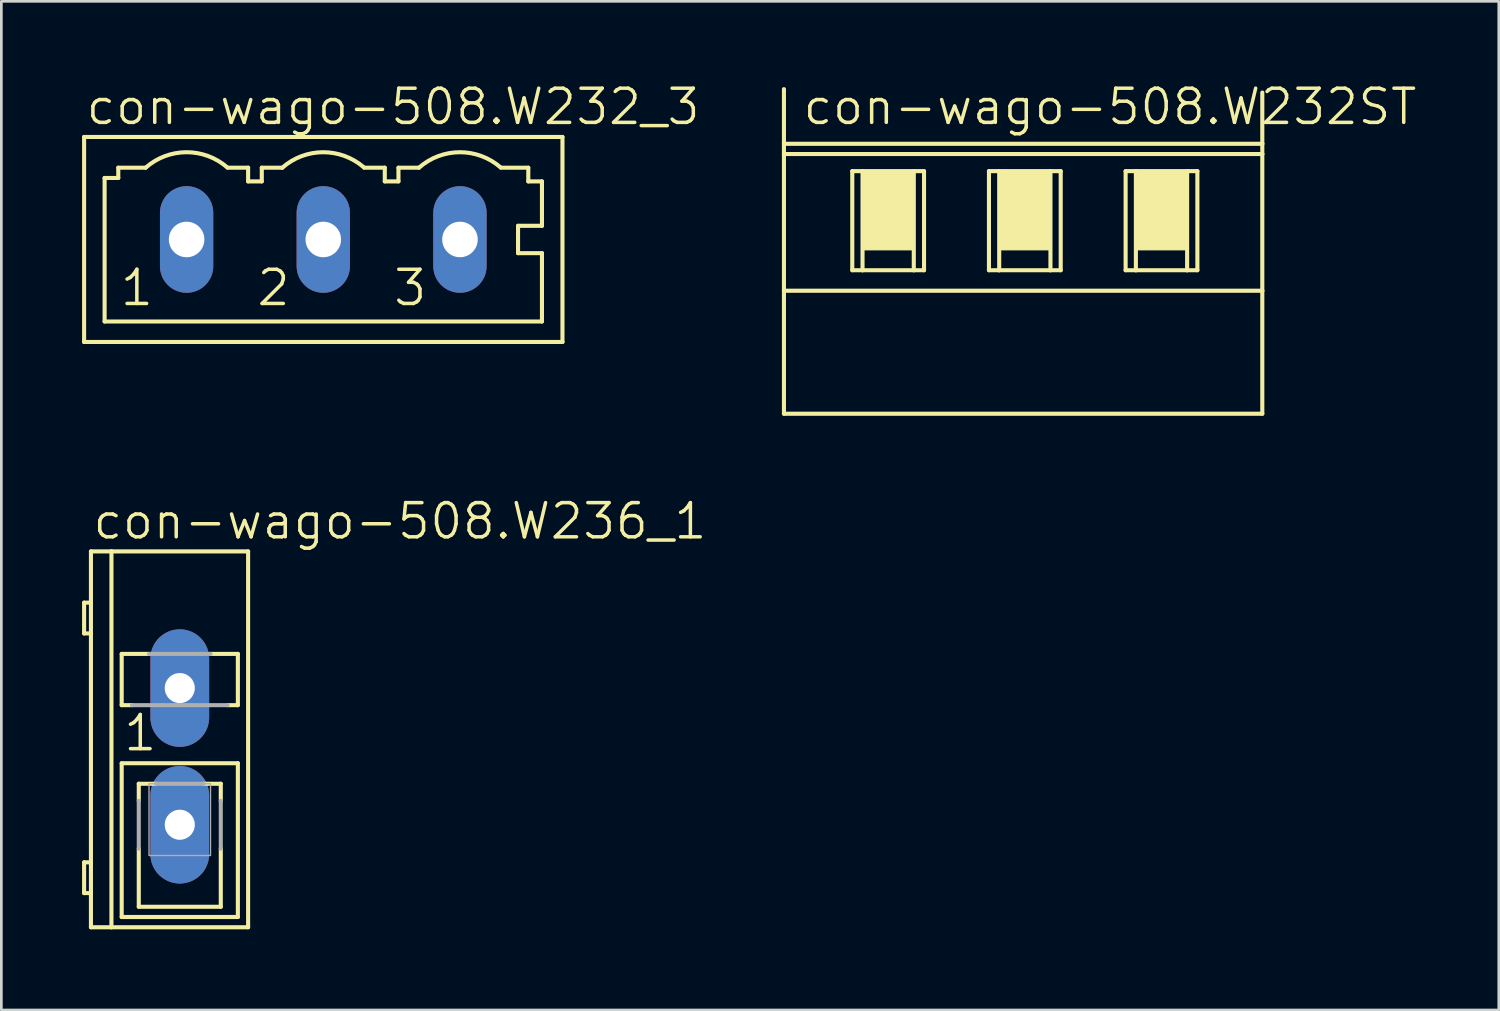
<source format=kicad_pcb>
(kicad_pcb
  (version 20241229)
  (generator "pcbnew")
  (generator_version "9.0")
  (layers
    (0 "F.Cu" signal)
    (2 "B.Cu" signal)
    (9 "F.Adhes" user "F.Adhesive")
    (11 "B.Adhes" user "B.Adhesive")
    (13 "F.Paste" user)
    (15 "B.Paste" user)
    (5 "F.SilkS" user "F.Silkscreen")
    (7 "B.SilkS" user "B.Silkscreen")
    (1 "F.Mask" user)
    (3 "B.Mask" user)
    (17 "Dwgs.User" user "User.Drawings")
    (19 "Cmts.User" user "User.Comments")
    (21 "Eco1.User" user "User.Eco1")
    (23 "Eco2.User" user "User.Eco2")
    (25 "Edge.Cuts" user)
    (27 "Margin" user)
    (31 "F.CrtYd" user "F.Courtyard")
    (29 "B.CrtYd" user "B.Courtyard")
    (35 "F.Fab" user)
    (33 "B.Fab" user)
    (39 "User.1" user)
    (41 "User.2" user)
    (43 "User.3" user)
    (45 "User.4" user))
  (footprint "con-wago-508.W232ST"
    (layer "F.Cu")
    (at 34.978 6.232)
    (property "Reference" "con-wago-508.W232ST" (at -8.255 -4.572 0) (layer "F.SilkS") (effects (font (size 1.27 1.27) (thickness 0.13)) (justify left bottom)))
    (fp_line (start -8.89 -3.937) (end -8.89 -5.969) (stroke (width 0.152) (type default)) (layer "F.SilkS"))
    (fp_line (start -8.89 -3.937) (end 8.89 -3.937) (stroke (width 0.152) (type default)) (layer "F.SilkS"))
    (fp_line (start -8.89 -3.556) (end -8.89 -3.937) (stroke (width 0.152) (type default)) (layer "F.SilkS"))
    (fp_line (start -8.89 -3.556) (end 8.89 -3.556) (stroke (width 0.152) (type default)) (layer "F.SilkS"))
    (fp_line (start -8.89 1.524) (end -8.89 -3.556) (stroke (width 0.152) (type default)) (layer "F.SilkS"))
    (fp_line (start -8.89 1.524) (end 8.89 1.524) (stroke (width 0.152) (type default)) (layer "F.SilkS"))
    (fp_line (start -8.89 6.096) (end -8.89 1.524) (stroke (width 0.152) (type default)) (layer "F.SilkS"))
    (fp_line (start -6.35 0.762) (end -6.35 -2.921) (stroke (width 0.152) (type default)) (layer "F.SilkS"))
    (fp_line (start -6.35 0.762) (end -5.969 0.762) (stroke (width 0.152) (type default)) (layer "F.SilkS"))
    (fp_line (start -5.969 -2.921) (end -6.35 -2.921) (stroke (width 0.152) (type default)) (layer "F.SilkS"))
    (fp_line (start -5.969 -2.921) (end -5.969 0.762) (stroke (width 0.152) (type default)) (layer "F.SilkS"))
    (fp_line (start -5.969 0.762) (end -4.064 0.762) (stroke (width 0.152) (type default)) (layer "F.SilkS"))
    (fp_line (start -4.064 -2.921) (end -5.969 -2.921) (stroke (width 0.152) (type default)) (layer "F.SilkS"))
    (fp_line (start -4.064 -2.921) (end -4.064 0.762) (stroke (width 0.152) (type default)) (layer "F.SilkS"))
    (fp_line (start -4.064 0.762) (end -3.683 0.762) (stroke (width 0.152) (type default)) (layer "F.SilkS"))
    (fp_line (start -3.683 -2.921) (end -4.064 -2.921) (stroke (width 0.152) (type default)) (layer "F.SilkS"))
    (fp_line (start -3.683 -2.921) (end -3.683 0.762) (stroke (width 0.152) (type default)) (layer "F.SilkS"))
    (fp_line (start -1.27 0.762) (end -1.27 -2.921) (stroke (width 0.152) (type default)) (layer "F.SilkS"))
    (fp_line (start -1.27 0.762) (end -0.889 0.762) (stroke (width 0.152) (type default)) (layer "F.SilkS"))
    (fp_line (start -0.889 -2.921) (end -1.27 -2.921) (stroke (width 0.152) (type default)) (layer "F.SilkS"))
    (fp_line (start -0.889 -2.921) (end -0.889 0.762) (stroke (width 0.152) (type default)) (layer "F.SilkS"))
    (fp_line (start -0.889 0.762) (end 1.016 0.762) (stroke (width 0.152) (type default)) (layer "F.SilkS"))
    (fp_line (start 1.016 -2.921) (end -0.889 -2.921) (stroke (width 0.152) (type default)) (layer "F.SilkS"))
    (fp_line (start 1.016 -2.921) (end 1.016 0.762) (stroke (width 0.152) (type default)) (layer "F.SilkS"))
    (fp_line (start 1.016 0.762) (end 1.397 0.762) (stroke (width 0.152) (type default)) (layer "F.SilkS"))
    (fp_line (start 1.397 -2.921) (end 1.016 -2.921) (stroke (width 0.152) (type default)) (layer "F.SilkS"))
    (fp_line (start 1.397 -2.921) (end 1.397 0.762) (stroke (width 0.152) (type default)) (layer "F.SilkS"))
    (fp_line (start 3.81 0.762) (end 3.81 -2.921) (stroke (width 0.152) (type default)) (layer "F.SilkS"))
    (fp_line (start 3.81 0.762) (end 4.191 0.762) (stroke (width 0.152) (type default)) (layer "F.SilkS"))
    (fp_line (start 4.191 -2.921) (end 3.81 -2.921) (stroke (width 0.152) (type default)) (layer "F.SilkS"))
    (fp_line (start 4.191 -2.921) (end 4.191 0.762) (stroke (width 0.152) (type default)) (layer "F.SilkS"))
    (fp_line (start 4.191 0.762) (end 6.096 0.762) (stroke (width 0.152) (type default)) (layer "F.SilkS"))
    (fp_line (start 6.096 -2.921) (end 4.191 -2.921) (stroke (width 0.152) (type default)) (layer "F.SilkS"))
    (fp_line (start 6.096 -2.921) (end 6.096 0.762) (stroke (width 0.152) (type default)) (layer "F.SilkS"))
    (fp_line (start 6.096 0.762) (end 6.477 0.762) (stroke (width 0.152) (type default)) (layer "F.SilkS"))
    (fp_line (start 6.477 -2.921) (end 6.096 -2.921) (stroke (width 0.152) (type default)) (layer "F.SilkS"))
    (fp_line (start 6.477 -2.921) (end 6.477 0.762) (stroke (width 0.152) (type default)) (layer "F.SilkS"))
    (fp_line (start 8.89 -5.842) (end 8.89 -3.937) (stroke (width 0.152) (type default)) (layer "F.SilkS"))
    (fp_line (start 8.89 -3.937) (end 8.89 -3.556) (stroke (width 0.152) (type default)) (layer "F.SilkS"))
    (fp_line (start 8.89 -3.556) (end 8.89 1.524) (stroke (width 0.152) (type default)) (layer "F.SilkS"))
    (fp_line (start 8.89 1.524) (end 8.89 6.096) (stroke (width 0.152) (type default)) (layer "F.SilkS"))
    (fp_line (start 8.89 6.096) (end -8.89 6.096) (stroke (width 0.152) (type default)) (layer "F.SilkS"))
    (fp_rect (start -5.969 0) (end -4.064 -2.921) (stroke (width 0.05) (type default)) (fill yes) (layer "F.SilkS"))
    (fp_rect (start -0.889 0) (end 1.016 -2.921) (stroke (width 0.05) (type default)) (fill yes) (layer "F.SilkS"))
    (fp_rect (start 4.191 0) (end 6.096 -2.921) (stroke (width 0.05) (type default)) (fill yes) (layer "F.SilkS")))
  (footprint "con-wago-508.W232_3"
    (layer "F.Cu")
    (at 8.966 5.216)
    (property "Reference" "con-wago-508.W232_3" (at -8.89 -3.556 0) (layer "F.SilkS") (effects (font (size 1.27 1.27) (thickness 0.13)) (justify left bottom)))
    (attr through_hole)
    (fp_line (start -8.89 -3.175) (end -8.89 4.445) (stroke (width 0.152) (type default)) (layer "F.SilkS"))
    (fp_line (start -8.89 -3.175) (end 8.89 -3.175) (stroke (width 0.152) (type default)) (layer "F.SilkS"))
    (fp_line (start -8.128 -1.651) (end -7.62 -1.651) (stroke (width 0.152) (type default)) (layer "F.SilkS"))
    (fp_line (start -8.128 3.683) (end -8.128 -1.651) (stroke (width 0.152) (type default)) (layer "F.SilkS"))
    (fp_line (start -7.62 -2.032) (end -6.604 -2.032) (stroke (width 0.152) (type default)) (layer "F.SilkS"))
    (fp_line (start -7.62 -1.651) (end -7.62 -2.032) (stroke (width 0.152) (type default)) (layer "F.SilkS"))
    (fp_line (start -2.794 -2.032) (end -3.556 -2.032) (stroke (width 0.152) (type default)) (layer "F.SilkS"))
    (fp_line (start -2.794 -1.524) (end -2.794 -2.032) (stroke (width 0.152) (type default)) (layer "F.SilkS"))
    (fp_line (start -2.794 -1.524) (end -2.286 -1.524) (stroke (width 0.152) (type default)) (layer "F.SilkS"))
    (fp_line (start -2.286 -2.032) (end -1.524 -2.032) (stroke (width 0.152) (type default)) (layer "F.SilkS"))
    (fp_line (start -2.286 -1.524) (end -2.286 -2.032) (stroke (width 0.152) (type default)) (layer "F.SilkS"))
    (fp_line (start 2.286 -2.032) (end 1.524 -2.032) (stroke (width 0.152) (type default)) (layer "F.SilkS"))
    (fp_line (start 2.286 -1.524) (end 2.286 -2.032) (stroke (width 0.152) (type default)) (layer "F.SilkS"))
    (fp_line (start 2.286 -1.524) (end 2.794 -1.524) (stroke (width 0.152) (type default)) (layer "F.SilkS"))
    (fp_line (start 2.794 -2.032) (end 3.556 -2.032) (stroke (width 0.152) (type default)) (layer "F.SilkS"))
    (fp_line (start 2.794 -1.524) (end 2.794 -2.032) (stroke (width 0.152) (type default)) (layer "F.SilkS"))
    (fp_line (start 6.604 -2.032) (end 7.62 -2.032) (stroke (width 0.152) (type default)) (layer "F.SilkS"))
    (fp_line (start 7.239 0.127) (end 7.239 1.143) (stroke (width 0.152) (type default)) (layer "F.SilkS"))
    (fp_line (start 7.239 1.143) (end 8.128 1.143) (stroke (width 0.152) (type default)) (layer "F.SilkS"))
    (fp_line (start 7.62 -1.524) (end 7.62 -2.032) (stroke (width 0.152) (type default)) (layer "F.SilkS"))
    (fp_line (start 8.128 -1.524) (end 7.62 -1.524) (stroke (width 0.152) (type default)) (layer "F.SilkS"))
    (fp_line (start 8.128 0.127) (end 7.239 0.127) (stroke (width 0.152) (type default)) (layer "F.SilkS"))
    (fp_line (start 8.128 0.127) (end 8.128 -1.524) (stroke (width 0.152) (type default)) (layer "F.SilkS"))
    (fp_line (start 8.128 3.683) (end -8.128 3.683) (stroke (width 0.152) (type default)) (layer "F.SilkS"))
    (fp_line (start 8.128 3.683) (end 8.128 1.143) (stroke (width 0.152) (type default)) (layer "F.SilkS"))
    (fp_line (start 8.89 4.445) (end -8.89 4.445) (stroke (width 0.152) (type default)) (layer "F.SilkS"))
    (fp_line (start 8.89 4.445) (end 8.89 -3.175) (stroke (width 0.152) (type default)) (layer "F.SilkS"))
    (fp_arc (start -6.604 -2.032) (mid -5.085994 -2.608369) (end -3.5649 -2.0402) (stroke (width 0.1524) (type default)) (layer "F.SilkS"))
    (fp_arc (start -1.524 -2.032) (mid -0.006056 -2.608228) (end 1.5149 -2.04) (stroke (width 0.1524) (type default)) (layer "F.SilkS"))
    (fp_arc (start 3.556 -2.032) (mid 5.073912 -2.608158) (end 6.5948 -2.0399) (stroke (width 0.1524) (type default)) (layer "F.SilkS"))
    (fp_text user "1" (at -7.62 3.175 0) (layer "F.SilkS") (effects (font (size 1.27 1.27) (thickness 0.13)) (justify left bottom)))
    (fp_text user "2" (at -2.54 3.175 0) (layer "F.SilkS") (effects (font (size 1.27 1.27) (thickness 0.13)) (justify left bottom)))
    (fp_text user "3" (at 2.54 3.175 0) (layer "F.SilkS") (effects (font (size 1.27 1.27) (thickness 0.13)) (justify left bottom)))
    (pad "1" thru_hole oval (at -5.08 0.635 90) (size 3.962 1.981) (drill 1.321) (layers "*.Cu" "*.Mask"))
    (pad "2" thru_hole oval (at 0 0.635 90) (size 3.962 1.981) (drill 1.321) (layers "*.Cu" "*.Mask"))
    (pad "3" thru_hole oval (at 5.08 0.635 90) (size 3.962 1.981) (drill 1.321) (layers "*.Cu" "*.Mask")))
  (footprint "con-wago-508.W236_1"
    (layer "F.Cu")
    (at 3.632 25.065)
    (property "Reference" "con-wago-508.W236_1" (at -3.302 -8.001 0) (layer "F.SilkS") (effects (font (size 1.27 1.27) (thickness 0.13)) (justify left bottom)))
    (attr through_hole)
    (fp_line (start -3.556 -4.572) (end -3.556 -5.715) (stroke (width 0.152) (type default)) (layer "F.SilkS"))
    (fp_line (start -3.556 -4.572) (end -3.302 -4.572) (stroke (width 0.152) (type default)) (layer "F.SilkS"))
    (fp_line (start -3.556 3.937) (end -3.556 5.08) (stroke (width 0.152) (type default)) (layer "F.SilkS"))
    (fp_line (start -3.556 5.08) (end -3.302 5.08) (stroke (width 0.152) (type default)) (layer "F.SilkS"))
    (fp_line (start -3.302 -7.62) (end -2.54 -7.62) (stroke (width 0.152) (type default)) (layer "F.SilkS"))
    (fp_line (start -3.302 -5.715) (end -3.556 -5.715) (stroke (width 0.152) (type default)) (layer "F.SilkS"))
    (fp_line (start -3.302 -5.715) (end -3.302 -7.62) (stroke (width 0.152) (type default)) (layer "F.SilkS"))
    (fp_line (start -3.302 -4.572) (end -3.302 -5.715) (stroke (width 0.152) (type default)) (layer "F.SilkS"))
    (fp_line (start -3.302 3.937) (end -3.556 3.937) (stroke (width 0.152) (type default)) (layer "F.SilkS"))
    (fp_line (start -3.302 3.937) (end -3.302 -4.572) (stroke (width 0.152) (type default)) (layer "F.SilkS"))
    (fp_line (start -3.302 5.08) (end -3.302 3.937) (stroke (width 0.152) (type default)) (layer "F.SilkS"))
    (fp_line (start -3.302 6.35) (end -3.302 5.08) (stroke (width 0.152) (type default)) (layer "F.SilkS"))
    (fp_line (start -2.54 6.35) (end -3.302 6.35) (stroke (width 0.152) (type default)) (layer "F.SilkS"))
    (fp_line (start -2.54 6.35) (end -2.54 -7.62) (stroke (width 0.152) (type default)) (layer "F.SilkS"))
    (fp_line (start -2.54 6.35) (end 2.54 6.35) (stroke (width 0.152) (type default)) (layer "F.SilkS"))
    (fp_line (start -2.159 -3.81) (end -1.143 -3.81) (stroke (width 0.152) (type default)) (layer "F.SilkS"))
    (fp_line (start -2.159 -1.905) (end -2.159 -3.81) (stroke (width 0.152) (type default)) (layer "F.SilkS"))
    (fp_line (start -2.159 -1.905) (end -1.778 -1.905) (stroke (width 0.152) (type default)) (layer "F.SilkS"))
    (fp_line (start -2.159 5.969) (end -2.159 0.254) (stroke (width 0.152) (type default)) (layer "F.SilkS"))
    (fp_line (start -2.159 5.969) (end 2.159 5.969) (stroke (width 0.152) (type default)) (layer "F.SilkS"))
    (fp_line (start -1.524 1.651) (end -1.524 1.016) (stroke (width 0.152) (type default)) (layer "F.SilkS"))
    (fp_line (start -1.524 3.429) (end -1.524 5.588) (stroke (width 0.152) (type default)) (layer "F.SilkS"))
    (fp_line (start -0.889 1.016) (end -1.524 1.016) (stroke (width 0.152) (type default)) (layer "F.SilkS"))
    (fp_line (start 0.889 1.016) (end 1.524 1.016) (stroke (width 0.152) (type default)) (layer "F.SilkS"))
    (fp_line (start 1.143 -3.81) (end 2.159 -3.81) (stroke (width 0.152) (type default)) (layer "F.SilkS"))
    (fp_line (start 1.524 1.651) (end 1.524 1.016) (stroke (width 0.152) (type default)) (layer "F.SilkS"))
    (fp_line (start 1.524 3.429) (end 1.524 5.588) (stroke (width 0.152) (type default)) (layer "F.SilkS"))
    (fp_line (start 1.524 5.588) (end -1.524 5.588) (stroke (width 0.152) (type default)) (layer "F.SilkS"))
    (fp_line (start 1.778 -1.905) (end 2.159 -1.905) (stroke (width 0.152) (type default)) (layer "F.SilkS"))
    (fp_line (start 2.159 -3.81) (end 2.159 -1.905) (stroke (width 0.152) (type default)) (layer "F.SilkS"))
    (fp_line (start 2.159 0.254) (end -2.159 0.254) (stroke (width 0.152) (type default)) (layer "F.SilkS"))
    (fp_line (start 2.159 0.254) (end 2.159 5.969) (stroke (width 0.152) (type default)) (layer "F.SilkS"))
    (fp_line (start 2.54 -7.62) (end -2.54 -7.62) (stroke (width 0.152) (type default)) (layer "F.SilkS"))
    (fp_line (start 2.54 6.35) (end 2.54 -7.62) (stroke (width 0.152) (type default)) (layer "F.SilkS"))
    (fp_line (start -1.778 -1.905) (end 1.778 -1.905) (stroke (width 0.152) (type default)) (layer "F.Fab"))
    (fp_line (start -1.524 1.651) (end -1.524 3.429) (stroke (width 0.152) (type default)) (layer "F.Fab"))
    (fp_line (start -0.889 1.016) (end 0.889 1.016) (stroke (width 0.152) (type default)) (layer "F.Fab"))
    (fp_line (start 1.143 -3.81) (end -1.143 -3.81) (stroke (width 0.152) (type default)) (layer "F.Fab"))
    (fp_line (start 1.524 1.651) (end 1.524 3.429) (stroke (width 0.152) (type default)) (layer "F.Fab"))
    (fp_rect (start -1.143 3.683) (end 1.143 1.016) (stroke (width 0.05) (type default)) (fill no) (layer "F.Fab"))
    (fp_text user "1" (at -2.159 -0.127 0) (layer "F.SilkS") (effects (font (size 1.27 1.27) (thickness 0.13)) (justify left bottom)))
    (pad "1" thru_hole oval (at 0 2.54 90) (size 4.369 2.184) (drill 1.118) (layers "*.Cu" "*.Mask"))
    (pad "2" thru_hole oval (at 0 -2.54 90) (size 4.369 2.184) (drill 1.118) (layers "*.Cu" "*.Mask")))
  (gr_rect
    (start -3 -3)
    (end 52.658 34.491)
    (stroke (width 0.1) (type default))
    (fill no)
    (layer "Edge.Cuts")))
</source>
